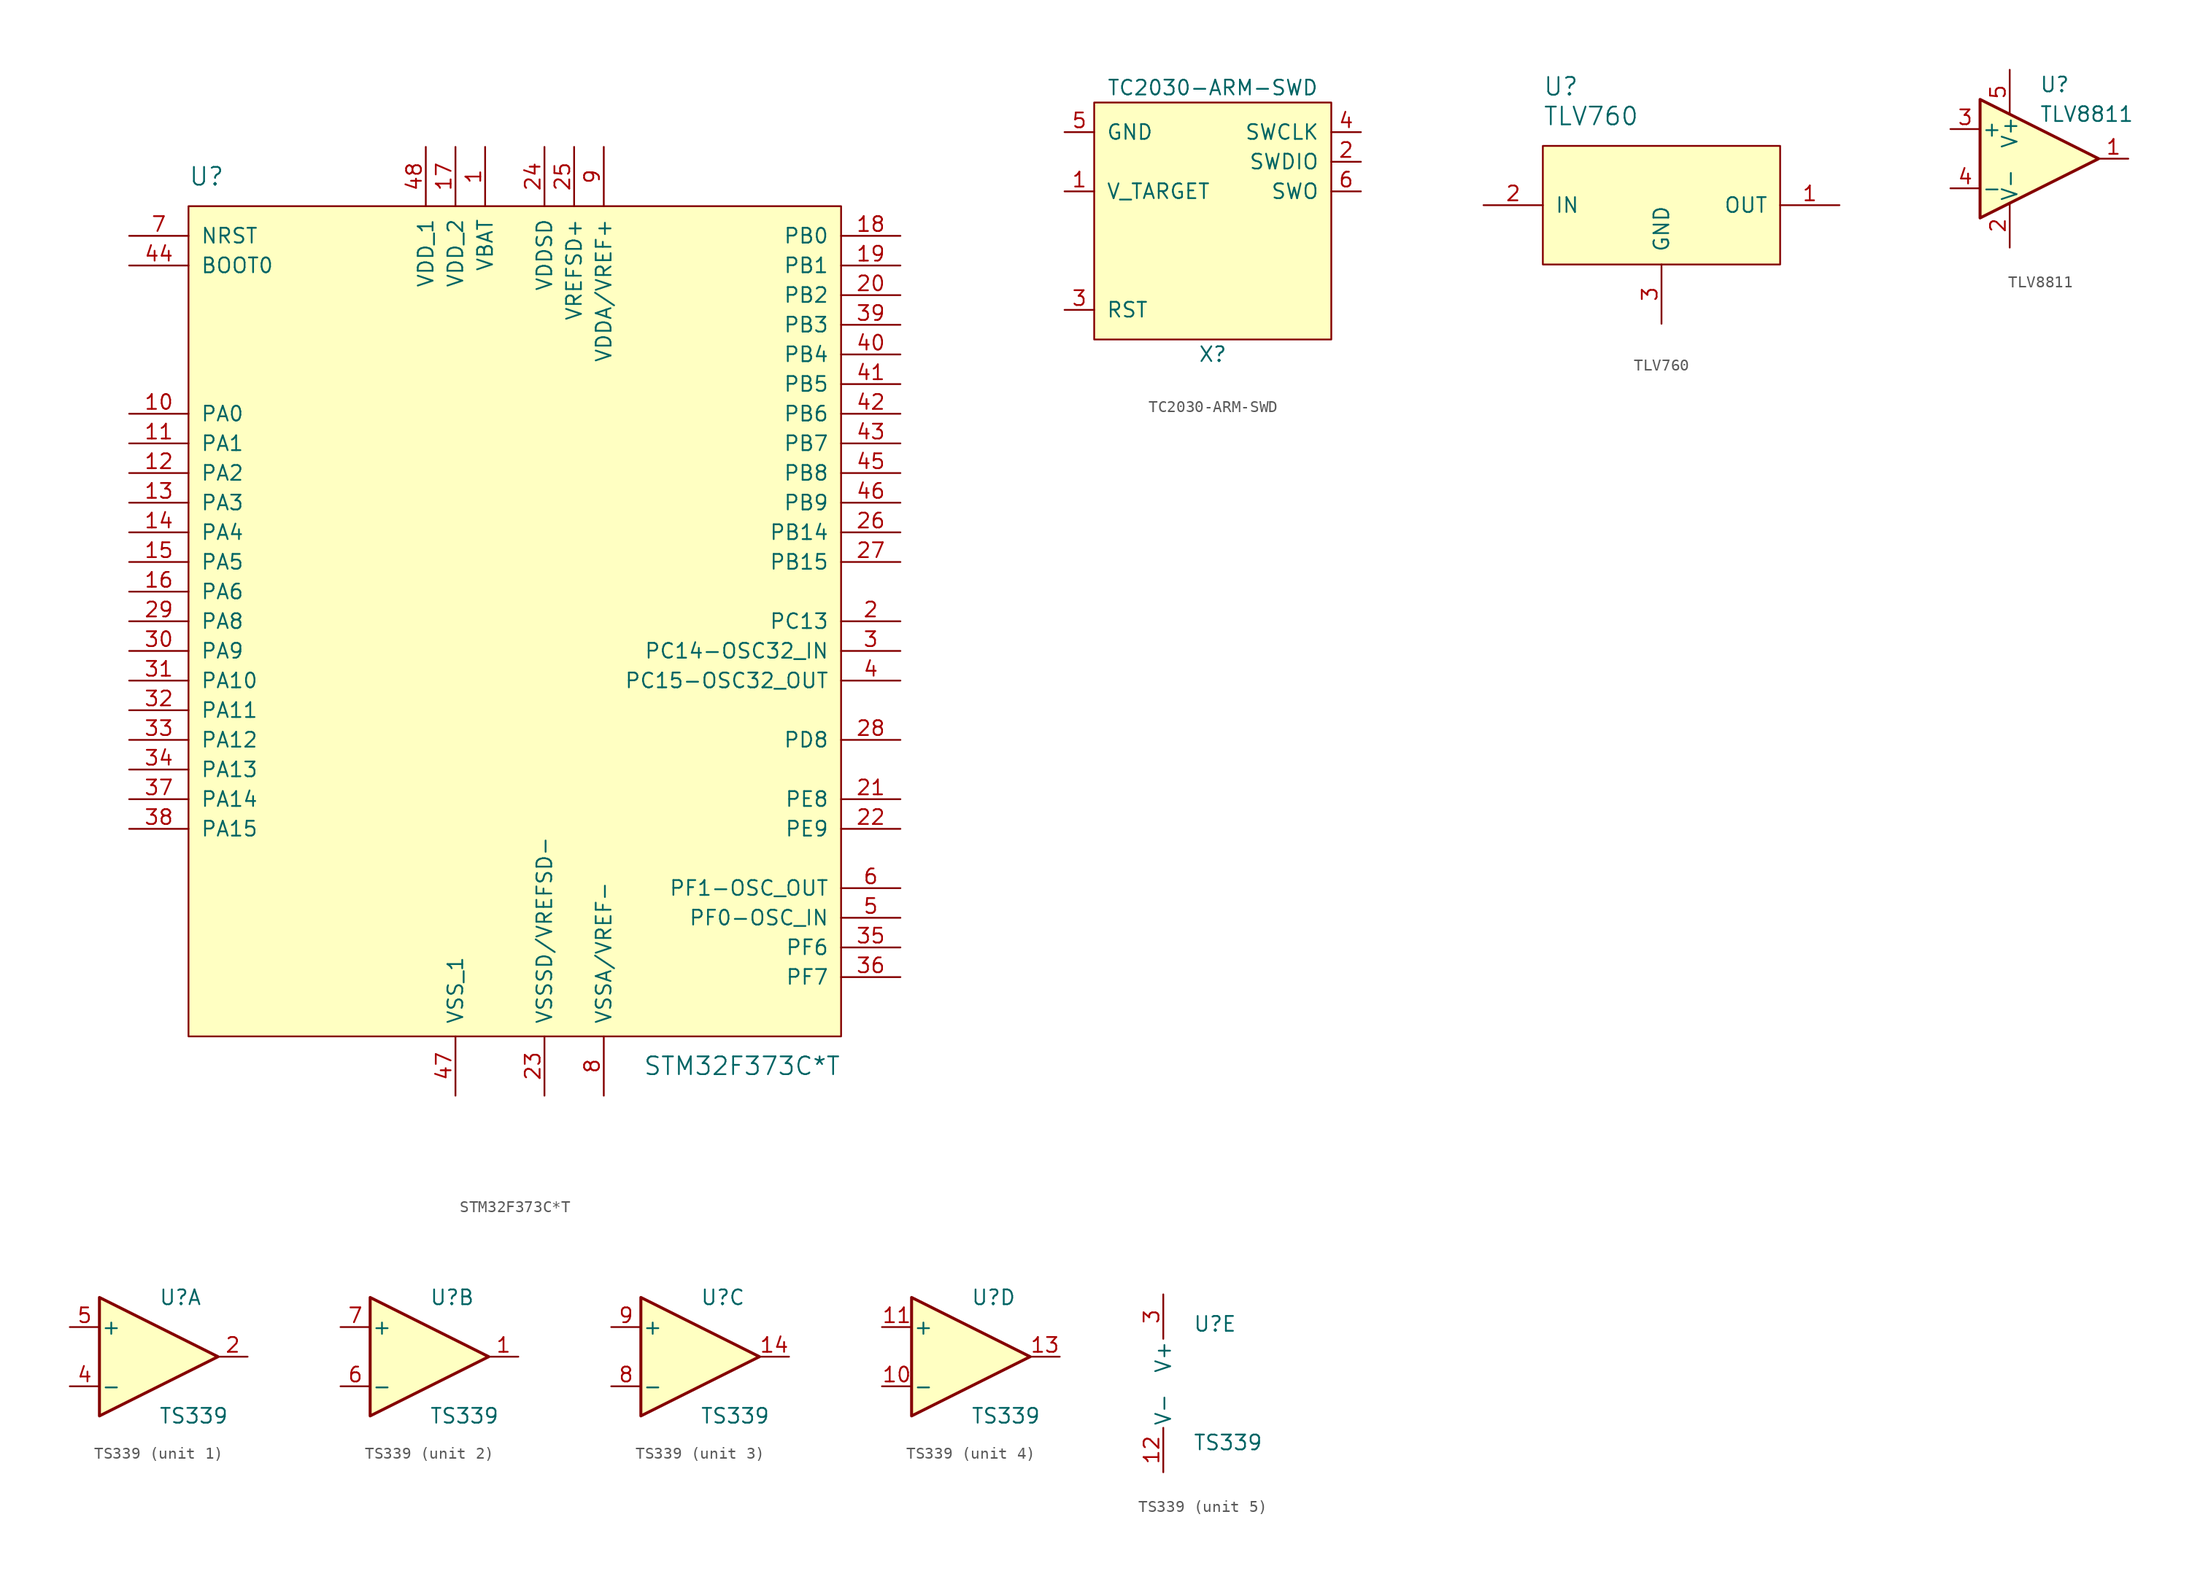
<source format=kicad_sym>
(kicad_symbol_lib
  (version 20211014)
  (generator kicad_symbol_editor)
  (symbol "STM32F373C*T"
    (pin_names
      (offset 1.016))
    (property "Reference" "U"
      (at -27.94 38.1 0)
      (effects (font (size 1.524 1.524)) (justify left)))
    (property "Value" "STM32F373C*T"
      (at 27.94 -38.1 0)
      (effects (font (size 1.524 1.524)) (justify right)))
    (symbol "STM32F373C*T_0_1"
      (rectangle (start -27.94 35.56) (end 27.94 -35.56) (stroke (width 0) (type default) (color 0 0 0 0)) (fill (type background))))
    (symbol "STM32F373C*T_1_1"
      (pin power_in line (at -2.54 40.64 270) (length 5.08) (name "VBAT" (effects (font (size 1.27 1.27)))) (number "1" (effects (font (size 1.27 1.27)))))
      (pin bidirectional line (at -33.02 17.78 0) (length 5.08) (name "PA0" (effects (font (size 1.27 1.27)))) (number "10" (effects (font (size 1.27 1.27)))))
      (pin bidirectional line (at -33.02 15.24 0) (length 5.08) (name "PA1" (effects (font (size 1.27 1.27)))) (number "11" (effects (font (size 1.27 1.27)))))
      (pin bidirectional line (at -33.02 12.7 0) (length 5.08) (name "PA2" (effects (font (size 1.27 1.27)))) (number "12" (effects (font (size 1.27 1.27)))))
      (pin bidirectional line (at -33.02 10.16 0) (length 5.08) (name "PA3" (effects (font (size 1.27 1.27)))) (number "13" (effects (font (size 1.27 1.27)))))
      (pin bidirectional line (at -33.02 7.62 0) (length 5.08) (name "PA4" (effects (font (size 1.27 1.27)))) (number "14" (effects (font (size 1.27 1.27)))))
      (pin bidirectional line (at -33.02 5.08 0) (length 5.08) (name "PA5" (effects (font (size 1.27 1.27)))) (number "15" (effects (font (size 1.27 1.27)))))
      (pin bidirectional line (at -33.02 2.54 0) (length 5.08) (name "PA6" (effects (font (size 1.27 1.27)))) (number "16" (effects (font (size 1.27 1.27)))))
      (pin power_in line (at -5.08 40.64 270) (length 5.08) (name "VDD_2" (effects (font (size 1.27 1.27)))) (number "17" (effects (font (size 1.27 1.27)))))
      (pin bidirectional line (at 33.02 33.02 180) (length 5.08) (name "PB0" (effects (font (size 1.27 1.27)))) (number "18" (effects (font (size 1.27 1.27)))))
      (pin bidirectional line (at 33.02 30.48 180) (length 5.08) (name "PB1" (effects (font (size 1.27 1.27)))) (number "19" (effects (font (size 1.27 1.27)))))
      (pin bidirectional line (at 33.02 0 180) (length 5.08) (name "PC13" (effects (font (size 1.27 1.27)))) (number "2" (effects (font (size 1.27 1.27)))))
      (pin bidirectional line (at 33.02 27.94 180) (length 5.08) (name "PB2" (effects (font (size 1.27 1.27)))) (number "20" (effects (font (size 1.27 1.27)))))
      (pin bidirectional line (at 33.02 -15.24 180) (length 5.08) (name "PE8" (effects (font (size 1.27 1.27)))) (number "21" (effects (font (size 1.27 1.27)))))
      (pin bidirectional line (at 33.02 -17.78 180) (length 5.08) (name "PE9" (effects (font (size 1.27 1.27)))) (number "22" (effects (font (size 1.27 1.27)))))
      (pin power_in line (at 2.54 -40.64 90) (length 5.08) (name "VSSSD/VREFSD-" (effects (font (size 1.27 1.27)))) (number "23" (effects (font (size 1.27 1.27)))))
      (pin power_in line (at 2.54 40.64 270) (length 5.08) (name "VDDSD" (effects (font (size 1.27 1.27)))) (number "24" (effects (font (size 1.27 1.27)))))
      (pin power_in line (at 5.08 40.64 270) (length 5.08) (name "VREFSD+" (effects (font (size 1.27 1.27)))) (number "25" (effects (font (size 1.27 1.27)))))
      (pin bidirectional line (at 33.02 7.62 180) (length 5.08) (name "PB14" (effects (font (size 1.27 1.27)))) (number "26" (effects (font (size 1.27 1.27)))))
      (pin bidirectional line (at 33.02 5.08 180) (length 5.08) (name "PB15" (effects (font (size 1.27 1.27)))) (number "27" (effects (font (size 1.27 1.27)))))
      (pin bidirectional line (at 33.02 -10.16 180) (length 5.08) (name "PD8" (effects (font (size 1.27 1.27)))) (number "28" (effects (font (size 1.27 1.27)))))
      (pin bidirectional line (at -33.02 0 0) (length 5.08) (name "PA8" (effects (font (size 1.27 1.27)))) (number "29" (effects (font (size 1.27 1.27)))))
      (pin bidirectional line (at 33.02 -2.54 180) (length 5.08) (name "PC14-OSC32_IN" (effects (font (size 1.27 1.27)))) (number "3" (effects (font (size 1.27 1.27)))))
      (pin bidirectional line (at -33.02 -2.54 0) (length 5.08) (name "PA9" (effects (font (size 1.27 1.27)))) (number "30" (effects (font (size 1.27 1.27)))))
      (pin bidirectional line (at -33.02 -5.08 0) (length 5.08) (name "PA10" (effects (font (size 1.27 1.27)))) (number "31" (effects (font (size 1.27 1.27)))))
      (pin bidirectional line (at -33.02 -7.62 0) (length 5.08) (name "PA11" (effects (font (size 1.27 1.27)))) (number "32" (effects (font (size 1.27 1.27)))))
      (pin bidirectional line (at -33.02 -10.16 0) (length 5.08) (name "PA12" (effects (font (size 1.27 1.27)))) (number "33" (effects (font (size 1.27 1.27)))))
      (pin bidirectional line (at -33.02 -12.7 0) (length 5.08) (name "PA13" (effects (font (size 1.27 1.27)))) (number "34" (effects (font (size 1.27 1.27)))))
      (pin bidirectional line (at 33.02 -27.94 180) (length 5.08) (name "PF6" (effects (font (size 1.27 1.27)))) (number "35" (effects (font (size 1.27 1.27)))))
      (pin bidirectional line (at 33.02 -30.48 180) (length 5.08) (name "PF7" (effects (font (size 1.27 1.27)))) (number "36" (effects (font (size 1.27 1.27)))))
      (pin bidirectional line (at -33.02 -15.24 0) (length 5.08) (name "PA14" (effects (font (size 1.27 1.27)))) (number "37" (effects (font (size 1.27 1.27)))))
      (pin bidirectional line (at -33.02 -17.78 0) (length 5.08) (name "PA15" (effects (font (size 1.27 1.27)))) (number "38" (effects (font (size 1.27 1.27)))))
      (pin bidirectional line (at 33.02 25.4 180) (length 5.08) (name "PB3" (effects (font (size 1.27 1.27)))) (number "39" (effects (font (size 1.27 1.27)))))
      (pin bidirectional line (at 33.02 -5.08 180) (length 5.08) (name "PC15-OSC32_OUT" (effects (font (size 1.27 1.27)))) (number "4" (effects (font (size 1.27 1.27)))))
      (pin bidirectional line (at 33.02 22.86 180) (length 5.08) (name "PB4" (effects (font (size 1.27 1.27)))) (number "40" (effects (font (size 1.27 1.27)))))
      (pin bidirectional line (at 33.02 20.32 180) (length 5.08) (name "PB5" (effects (font (size 1.27 1.27)))) (number "41" (effects (font (size 1.27 1.27)))))
      (pin bidirectional line (at 33.02 17.78 180) (length 5.08) (name "PB6" (effects (font (size 1.27 1.27)))) (number "42" (effects (font (size 1.27 1.27)))))
      (pin bidirectional line (at 33.02 15.24 180) (length 5.08) (name "PB7" (effects (font (size 1.27 1.27)))) (number "43" (effects (font (size 1.27 1.27)))))
      (pin input line (at -33.02 30.48 0) (length 5.08) (name "BOOT0" (effects (font (size 1.27 1.27)))) (number "44" (effects (font (size 1.27 1.27)))))
      (pin bidirectional line (at 33.02 12.7 180) (length 5.08) (name "PB8" (effects (font (size 1.27 1.27)))) (number "45" (effects (font (size 1.27 1.27)))))
      (pin bidirectional line (at 33.02 10.16 180) (length 5.08) (name "PB9" (effects (font (size 1.27 1.27)))) (number "46" (effects (font (size 1.27 1.27)))))
      (pin power_in line (at -5.08 -40.64 90) (length 5.08) (name "VSS_1" (effects (font (size 1.27 1.27)))) (number "47" (effects (font (size 1.27 1.27)))))
      (pin power_in line (at -7.62 40.64 270) (length 5.08) (name "VDD_1" (effects (font (size 1.27 1.27)))) (number "48" (effects (font (size 1.27 1.27)))))
      (pin bidirectional line (at 33.02 -25.4 180) (length 5.08) (name "PF0-OSC_IN" (effects (font (size 1.27 1.27)))) (number "5" (effects (font (size 1.27 1.27)))))
      (pin bidirectional line (at 33.02 -22.86 180) (length 5.08) (name "PF1-OSC_OUT" (effects (font (size 1.27 1.27)))) (number "6" (effects (font (size 1.27 1.27)))))
      (pin bidirectional line (at -33.02 33.02 0) (length 5.08) (name "NRST" (effects (font (size 1.27 1.27)))) (number "7" (effects (font (size 1.27 1.27)))))
      (pin power_in line (at 7.62 -40.64 90) (length 5.08) (name "VSSA/VREF-" (effects (font (size 1.27 1.27)))) (number "8" (effects (font (size 1.27 1.27)))))
      (pin power_in line (at 7.62 40.64 270) (length 5.08) (name "VDDA/VREF+" (effects (font (size 1.27 1.27)))) (number "9" (effects (font (size 1.27 1.27)))))))
  (symbol "TC2030-ARM-SWD"
    (pin_names
      (offset 1.016))
    (property "Reference" "X"
      (at 0 -11.43 0)
      (effects (font (size 1.27 1.27))))
    (property "Value" "TC2030-ARM-SWD"
      (at 0 11.43 0)
      (effects (font (size 1.27 1.27))))
    (symbol "TC2030-ARM-SWD_0_1"
      (rectangle (start -10.16 10.16) (end 10.16 -10.16) (stroke (width 0) (type default) (color 0 0 0 0)) (fill (type background))))
    (symbol "TC2030-ARM-SWD_1_1"
      (pin power_out line (at -12.7 2.54 0) (length 2.54) (name "V_TARGET" (effects (font (size 1.27 1.27)))) (number "1" (effects (font (size 1.27 1.27)))))
      (pin bidirectional line (at 12.7 5.08 180) (length 2.54) (name "SWDIO" (effects (font (size 1.27 1.27)))) (number "2" (effects (font (size 1.27 1.27)))))
      (pin bidirectional line (at -12.7 -7.62 0) (length 2.54) (name "RST" (effects (font (size 1.27 1.27)))) (number "3" (effects (font (size 1.27 1.27)))))
      (pin output line (at 12.7 7.62 180) (length 2.54) (name "SWCLK" (effects (font (size 1.27 1.27)))) (number "4" (effects (font (size 1.27 1.27)))))
      (pin power_out line (at -12.7 7.62 0) (length 2.54) (name "GND" (effects (font (size 1.27 1.27)))) (number "5" (effects (font (size 1.27 1.27)))))
      (pin input line (at 12.7 2.54 180) (length 2.54) (name "SWO" (effects (font (size 1.27 1.27)))) (number "6" (effects (font (size 1.27 1.27)))))))
  (symbol "TLV760"
    (pin_names
      (offset 1.016))
    (property "Reference" "U"
      (at -10.16 10.16 0)
      (effects (font (size 1.524 1.524)) (justify left)))
    (property "Value" "TLV760"
      (at -10.16 7.62 0)
      (effects (font (size 1.524 1.524)) (justify left)))
    (symbol "TLV760_0_1"
      (rectangle (start -10.16 5.08) (end 10.16 -5.08) (stroke (width 0) (type default) (color 0 0 0 0)) (fill (type background))))
    (symbol "TLV760_1_1"
      (pin power_out line (at 15.24 0 180) (length 5.08) (name "OUT" (effects (font (size 1.27 1.27)))) (number "1" (effects (font (size 1.27 1.27)))))
      (pin power_in line (at -15.24 0 0) (length 5.08) (name "IN" (effects (font (size 1.27 1.27)))) (number "2" (effects (font (size 1.27 1.27)))))
      (pin power_in line (at 0 -10.16 90) (length 5.08) (name "GND" (effects (font (size 1.27 1.27)))) (number "3" (effects (font (size 1.27 1.27)))))))
  (symbol "TLV8811"
    (pin_names
      (offset 0.127))
    (property "Reference" "U"
      (at 0 6.35 0)
      (effects (font (size 1.27 1.27)) (justify left)))
    (property "Value" "TLV8811"
      (at 0 3.81 0)
      (effects (font (size 1.27 1.27)) (justify left)))
    (symbol "TLV8811_0_1"
      (polyline (pts (xy -5.08 5.08) (xy 5.08 0) (xy -5.08 -5.08) (xy -5.08 5.08)) (stroke (width 0.254) (type default) (color 0 0 0 0)) (fill (type background))))
    (symbol "TLV8811_1_1"
      (pin output line (at 7.62 0 180) (length 2.54) (name "~" (effects (font (size 1.27 1.27)))) (number "1" (effects (font (size 1.27 1.27)))))
      (pin power_in line (at -2.54 -7.62 90) (length 3.81) (name "V-" (effects (font (size 1.27 1.27)))) (number "2" (effects (font (size 1.27 1.27)))))
      (pin input line (at -7.62 2.54 0) (length 2.54) (name "+" (effects (font (size 1.27 1.27)))) (number "3" (effects (font (size 1.27 1.27)))))
      (pin input line (at -7.62 -2.54 0) (length 2.54) (name "-" (effects (font (size 1.27 1.27)))) (number "4" (effects (font (size 1.27 1.27)))))
      (pin power_in line (at -2.54 7.62 270) (length 3.81) (name "V+" (effects (font (size 1.27 1.27)))) (number "5" (effects (font (size 1.27 1.27)))))))
  (symbol "TS339"
    (pin_names
      (offset 0.127))
    (property "Reference" "U"
      (at 0 5.08 0)
      (effects (font (size 1.27 1.27)) (justify left)))
    (property "Value" "TS339"
      (at 0 -5.08 0)
      (effects (font (size 1.27 1.27)) (justify left)))
    (property "ki_locked" ""
      (at 0 0 0)
      (effects (font (size 1.27 1.27))))
    (symbol "TS339_1_1"
      (polyline (pts (xy -5.08 5.08) (xy 5.08 0) (xy -5.08 -5.08) (xy -5.08 5.08)) (stroke (width 0.254) (type default) (color 0 0 0 0)) (fill (type background)))
      (pin output line (at 7.62 0 180) (length 2.54) (name "~" (effects (font (size 1.27 1.27)))) (number "2" (effects (font (size 1.27 1.27)))))
      (pin input line (at -7.62 -2.54 0) (length 2.54) (name "-" (effects (font (size 1.27 1.27)))) (number "4" (effects (font (size 1.27 1.27)))))
      (pin input line (at -7.62 2.54 0) (length 2.54) (name "+" (effects (font (size 1.27 1.27)))) (number "5" (effects (font (size 1.27 1.27))))))
    (symbol "TS339_2_1"
      (polyline (pts (xy -5.08 5.08) (xy 5.08 0) (xy -5.08 -5.08) (xy -5.08 5.08)) (stroke (width 0.254) (type default) (color 0 0 0 0)) (fill (type background)))
      (pin output line (at 7.62 0 180) (length 2.54) (name "~" (effects (font (size 1.27 1.27)))) (number "1" (effects (font (size 1.27 1.27)))))
      (pin input line (at -7.62 -2.54 0) (length 2.54) (name "-" (effects (font (size 1.27 1.27)))) (number "6" (effects (font (size 1.27 1.27)))))
      (pin input line (at -7.62 2.54 0) (length 2.54) (name "+" (effects (font (size 1.27 1.27)))) (number "7" (effects (font (size 1.27 1.27))))))
    (symbol "TS339_3_1"
      (polyline (pts (xy -5.08 5.08) (xy 5.08 0) (xy -5.08 -5.08) (xy -5.08 5.08)) (stroke (width 0.254) (type default) (color 0 0 0 0)) (fill (type background)))
      (pin output line (at 7.62 0 180) (length 2.54) (name "~" (effects (font (size 1.27 1.27)))) (number "14" (effects (font (size 1.27 1.27)))))
      (pin input line (at -7.62 -2.54 0) (length 2.54) (name "-" (effects (font (size 1.27 1.27)))) (number "8" (effects (font (size 1.27 1.27)))))
      (pin input line (at -7.62 2.54 0) (length 2.54) (name "+" (effects (font (size 1.27 1.27)))) (number "9" (effects (font (size 1.27 1.27))))))
    (symbol "TS339_4_1"
      (polyline (pts (xy -5.08 5.08) (xy 5.08 0) (xy -5.08 -5.08) (xy -5.08 5.08)) (stroke (width 0.254) (type default) (color 0 0 0 0)) (fill (type background)))
      (pin input line (at -7.62 -2.54 0) (length 2.54) (name "-" (effects (font (size 1.27 1.27)))) (number "10" (effects (font (size 1.27 1.27)))))
      (pin input line (at -7.62 2.54 0) (length 2.54) (name "+" (effects (font (size 1.27 1.27)))) (number "11" (effects (font (size 1.27 1.27)))))
      (pin output line (at 7.62 0 180) (length 2.54) (name "~" (effects (font (size 1.27 1.27)))) (number "13" (effects (font (size 1.27 1.27))))))
    (symbol "TS339_5_1"
      (pin power_in line (at -2.54 -7.62 90) (length 3.81) (name "V-" (effects (font (size 1.27 1.27)))) (number "12" (effects (font (size 1.27 1.27)))))
      (pin power_in line (at -2.54 7.62 270) (length 3.81) (name "V+" (effects (font (size 1.27 1.27)))) (number "3" (effects (font (size 1.27 1.27))))))))
</source>
